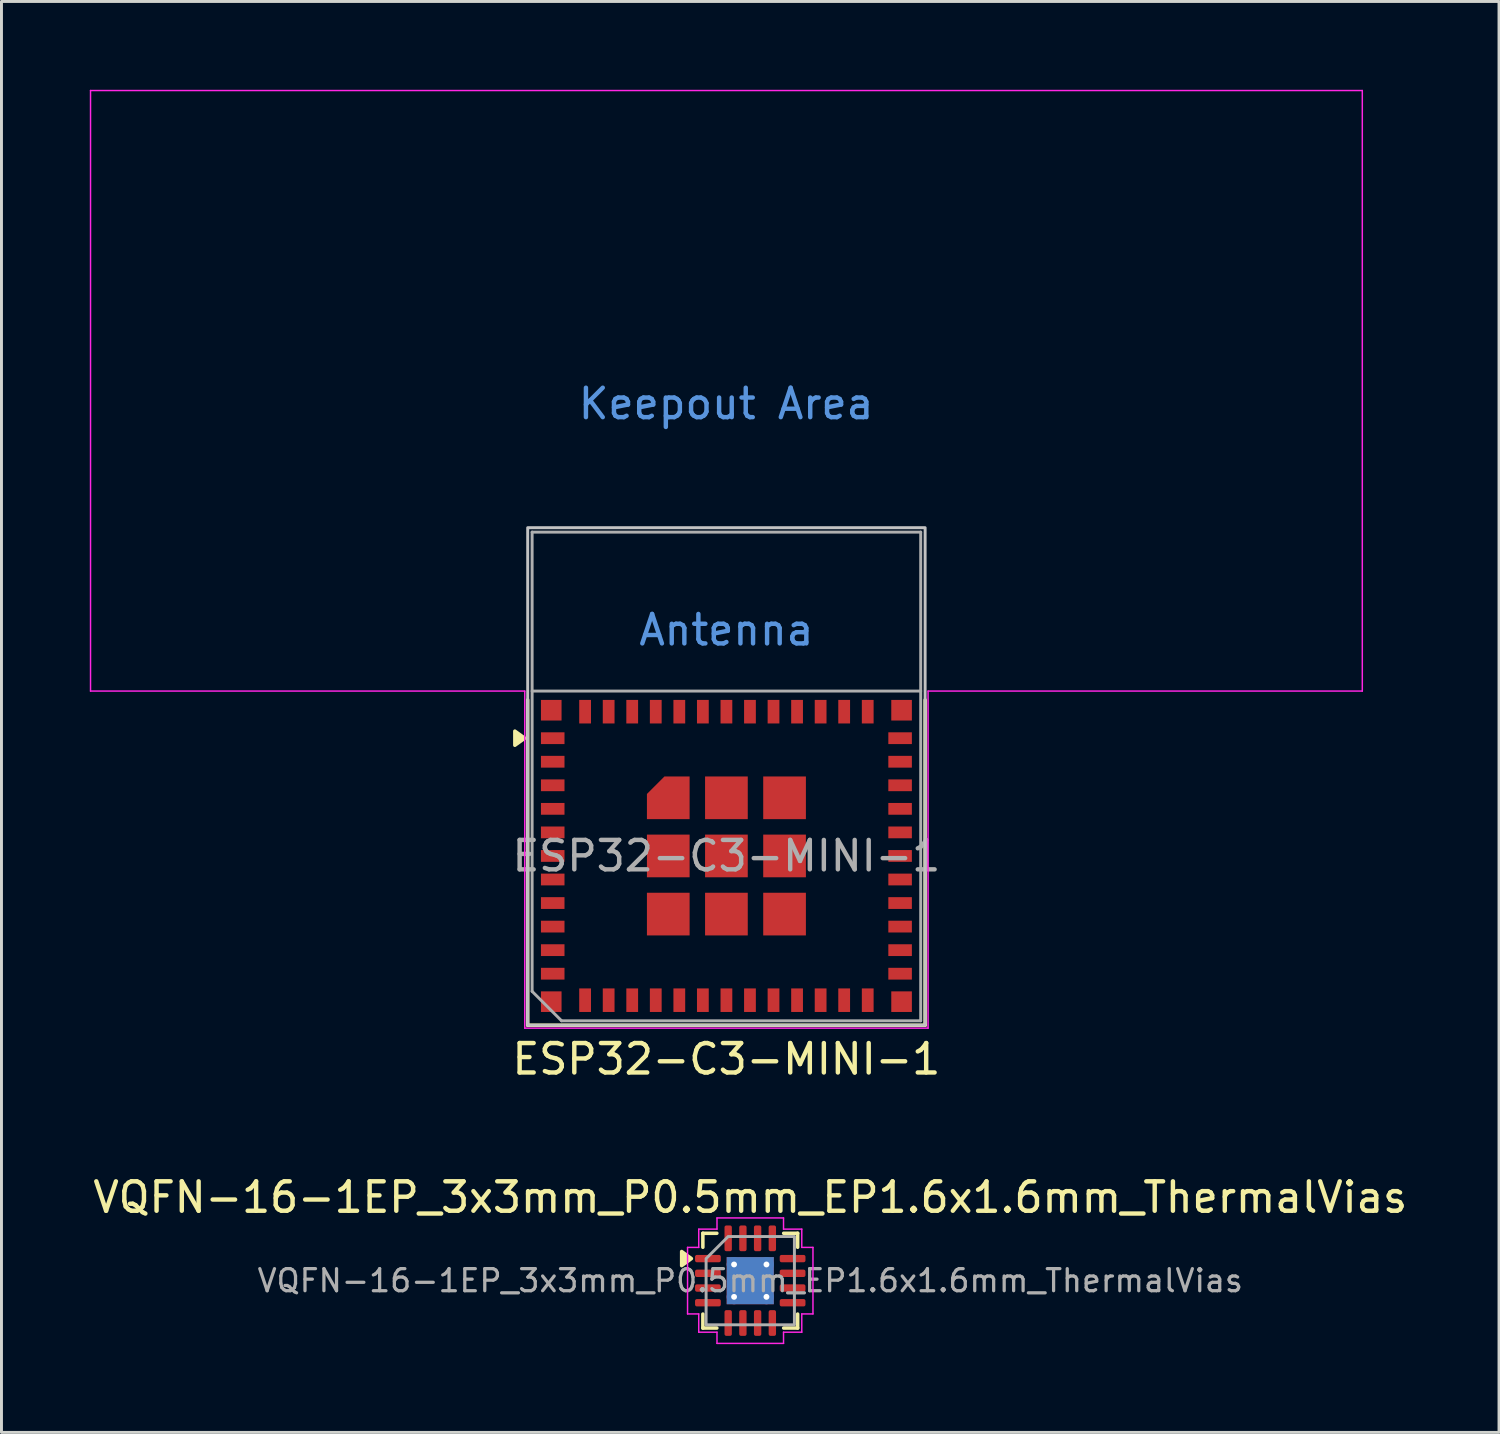
<source format=kicad_pcb>
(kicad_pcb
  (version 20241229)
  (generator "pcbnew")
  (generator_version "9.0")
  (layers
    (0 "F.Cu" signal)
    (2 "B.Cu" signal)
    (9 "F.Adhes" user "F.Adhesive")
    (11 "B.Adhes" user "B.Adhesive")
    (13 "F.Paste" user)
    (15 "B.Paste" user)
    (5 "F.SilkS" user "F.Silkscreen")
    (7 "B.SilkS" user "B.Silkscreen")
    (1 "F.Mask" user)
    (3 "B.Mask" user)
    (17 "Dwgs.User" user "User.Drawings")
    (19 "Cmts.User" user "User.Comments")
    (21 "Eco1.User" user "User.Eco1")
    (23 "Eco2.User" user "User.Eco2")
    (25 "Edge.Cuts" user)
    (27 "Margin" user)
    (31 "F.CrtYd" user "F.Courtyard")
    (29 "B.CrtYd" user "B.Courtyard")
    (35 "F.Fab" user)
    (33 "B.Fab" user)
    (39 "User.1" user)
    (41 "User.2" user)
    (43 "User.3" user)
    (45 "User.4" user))
  (footprint "VQFN-16-1EP_3x3mm_P0.5mm_EP1.6x1.6mm_ThermalVias"
    (layer "F.Cu")
    (at 22.435 40.452)
    (property "Reference" "VQFN-16-1EP_3x3mm_P0.5mm_EP1.6x1.6mm_ThermalVias" (at 0 -2.83 0) (layer "F.SilkS") (effects (font (size 1 1) (thickness 0.15))))
    (attr smd)
    (fp_line (start -1.61 -1.61) (end -1.135 -1.61) (stroke (width 0.12) (type solid)) (layer "F.SilkS"))
    (fp_line (start -1.61 -1.135) (end -1.61 -1.61) (stroke (width 0.12) (type solid)) (layer "F.SilkS"))
    (fp_line (start -1.61 1.61) (end -1.61 1.135) (stroke (width 0.12) (type solid)) (layer "F.SilkS"))
    (fp_line (start -1.135 1.61) (end -1.61 1.61) (stroke (width 0.12) (type solid)) (layer "F.SilkS"))
    (fp_line (start 1.135 -1.61) (end 1.61 -1.61) (stroke (width 0.12) (type solid)) (layer "F.SilkS"))
    (fp_line (start 1.61 -1.61) (end 1.61 -1.135) (stroke (width 0.12) (type solid)) (layer "F.SilkS"))
    (fp_line (start 1.61 1.135) (end 1.61 1.61) (stroke (width 0.12) (type solid)) (layer "F.SilkS"))
    (fp_line (start 1.61 1.61) (end 1.135 1.61) (stroke (width 0.12) (type solid)) (layer "F.SilkS"))
    (fp_poly (pts (xy -2 -0.75) (xy -2.33 -0.51) (xy -2.33 -0.99)) (stroke (width 0.12) (type solid)) (fill yes) (layer "F.SilkS"))
    (fp_line (start -2.13 -1.13) (end -1.75 -1.13) (stroke (width 0.05) (type solid)) (layer "F.CrtYd"))
    (fp_line (start -2.13 1.13) (end -2.13 -1.13) (stroke (width 0.05) (type solid)) (layer "F.CrtYd"))
    (fp_line (start -1.75 -1.75) (end -1.13 -1.75) (stroke (width 0.05) (type solid)) (layer "F.CrtYd"))
    (fp_line (start -1.75 -1.13) (end -1.75 -1.75) (stroke (width 0.05) (type solid)) (layer "F.CrtYd"))
    (fp_line (start -1.75 1.13) (end -2.13 1.13) (stroke (width 0.05) (type solid)) (layer "F.CrtYd"))
    (fp_line (start -1.75 1.75) (end -1.75 1.13) (stroke (width 0.05) (type solid)) (layer "F.CrtYd"))
    (fp_line (start -1.13 -2.13) (end 1.13 -2.13) (stroke (width 0.05) (type solid)) (layer "F.CrtYd"))
    (fp_line (start -1.13 -1.75) (end -1.13 -2.13) (stroke (width 0.05) (type solid)) (layer "F.CrtYd"))
    (fp_line (start -1.13 1.75) (end -1.75 1.75) (stroke (width 0.05) (type solid)) (layer "F.CrtYd"))
    (fp_line (start -1.13 2.13) (end -1.13 1.75) (stroke (width 0.05) (type solid)) (layer "F.CrtYd"))
    (fp_line (start 1.13 -2.13) (end 1.13 -1.75) (stroke (width 0.05) (type solid)) (layer "F.CrtYd"))
    (fp_line (start 1.13 -1.75) (end 1.75 -1.75) (stroke (width 0.05) (type solid)) (layer "F.CrtYd"))
    (fp_line (start 1.13 1.75) (end 1.13 2.13) (stroke (width 0.05) (type solid)) (layer "F.CrtYd"))
    (fp_line (start 1.13 2.13) (end -1.13 2.13) (stroke (width 0.05) (type solid)) (layer "F.CrtYd"))
    (fp_line (start 1.75 -1.75) (end 1.75 -1.13) (stroke (width 0.05) (type solid)) (layer "F.CrtYd"))
    (fp_line (start 1.75 -1.13) (end 2.13 -1.13) (stroke (width 0.05) (type solid)) (layer "F.CrtYd"))
    (fp_line (start 1.75 1.13) (end 1.75 1.75) (stroke (width 0.05) (type solid)) (layer "F.CrtYd"))
    (fp_line (start 1.75 1.75) (end 1.13 1.75) (stroke (width 0.05) (type solid)) (layer "F.CrtYd"))
    (fp_line (start 2.13 -1.13) (end 2.13 1.13) (stroke (width 0.05) (type solid)) (layer "F.CrtYd"))
    (fp_line (start 2.13 1.13) (end 1.75 1.13) (stroke (width 0.05) (type solid)) (layer "F.CrtYd"))
    (fp_poly (pts (xy -0.75 -1.5) (xy 1.5 -1.5) (xy 1.5 1.5) (xy -1.5 1.5) (xy -1.5 -0.75)) (stroke (width 0.1) (type solid)) (fill no) (layer "F.Fab"))
    (fp_text user "${REFERENCE}" (at 0 0 0) (layer "F.Fab") (effects (font (size 0.75 0.75) (thickness 0.11))))
    (pad "" smd roundrect (at -0.4 -0.4) (size 0.69 0.69) (layers "F.Paste") (roundrect_rratio 0.25))
    (pad "" smd roundrect (at -0.4 0.4) (size 0.69 0.69) (layers "F.Paste") (roundrect_rratio 0.25))
    (pad "" smd roundrect (at 0.4 -0.4) (size 0.69 0.69) (layers "F.Paste") (roundrect_rratio 0.25))
    (pad "" smd roundrect (at 0.4 0.4) (size 0.69 0.69) (layers "F.Paste") (roundrect_rratio 0.25))
    (pad "1" smd roundrect (at -1.438 -0.75) (size 0.875 0.25) (layers "F.Cu" "F.Mask" "F.Paste") (roundrect_rratio 0.25))
    (pad "2" smd roundrect (at -1.438 -0.25) (size 0.875 0.25) (layers "F.Cu" "F.Mask" "F.Paste") (roundrect_rratio 0.25))
    (pad "3" smd roundrect (at -1.438 0.25) (size 0.875 0.25) (layers "F.Cu" "F.Mask" "F.Paste") (roundrect_rratio 0.25))
    (pad "4" smd roundrect (at -1.438 0.75) (size 0.875 0.25) (layers "F.Cu" "F.Mask" "F.Paste") (roundrect_rratio 0.25))
    (pad "5" smd roundrect (at -0.75 1.438) (size 0.25 0.875) (layers "F.Cu" "F.Mask" "F.Paste") (roundrect_rratio 0.25))
    (pad "6" smd roundrect (at -0.25 1.438) (size 0.25 0.875) (layers "F.Cu" "F.Mask" "F.Paste") (roundrect_rratio 0.25))
    (pad "7" smd roundrect (at 0.25 1.438) (size 0.25 0.875) (layers "F.Cu" "F.Mask" "F.Paste") (roundrect_rratio 0.25))
    (pad "8" smd roundrect (at 0.75 1.438) (size 0.25 0.875) (layers "F.Cu" "F.Mask" "F.Paste") (roundrect_rratio 0.25))
    (pad "9" smd roundrect (at 1.438 0.75) (size 0.875 0.25) (layers "F.Cu" "F.Mask" "F.Paste") (roundrect_rratio 0.25))
    (pad "10" smd roundrect (at 1.438 0.25) (size 0.875 0.25) (layers "F.Cu" "F.Mask" "F.Paste") (roundrect_rratio 0.25))
    (pad "11" smd roundrect (at 1.438 -0.25) (size 0.875 0.25) (layers "F.Cu" "F.Mask" "F.Paste") (roundrect_rratio 0.25))
    (pad "12" smd roundrect (at 1.438 -0.75) (size 0.875 0.25) (layers "F.Cu" "F.Mask" "F.Paste") (roundrect_rratio 0.25))
    (pad "13" smd roundrect (at 0.75 -1.438) (size 0.25 0.875) (layers "F.Cu" "F.Mask" "F.Paste") (roundrect_rratio 0.25))
    (pad "14" smd roundrect (at 0.25 -1.438) (size 0.25 0.875) (layers "F.Cu" "F.Mask" "F.Paste") (roundrect_rratio 0.25))
    (pad "15" smd roundrect (at -0.25 -1.438) (size 0.25 0.875) (layers "F.Cu" "F.Mask" "F.Paste") (roundrect_rratio 0.25))
    (pad "16" smd roundrect (at -0.75 -1.438) (size 0.25 0.875) (layers "F.Cu" "F.Mask" "F.Paste") (roundrect_rratio 0.25))
    (pad "17" thru_hole circle (at -0.55 -0.55) (size 0.5 0.5) (drill 0.2) (property pad_prop_heatsink) (layers "*.Cu"))
    (pad "17" thru_hole circle (at -0.55 0.55) (size 0.5 0.5) (drill 0.2) (property pad_prop_heatsink) (layers "*.Cu"))
    (pad "17" smd rect (at 0 0) (size 1.6 1.6) (property pad_prop_heatsink) (layers "F.Cu" "F.Mask"))
    (pad "17" smd rect (at 0 0) (size 1.6 1.6) (property pad_prop_heatsink) (layers "B.Cu"))
    (pad "17" thru_hole circle (at 0.55 -0.55) (size 0.5 0.5) (drill 0.2) (property pad_prop_heatsink) (layers "*.Cu"))
    (pad "17" thru_hole circle (at 0.55 0.55) (size 0.5 0.5) (drill 0.2) (property pad_prop_heatsink) (layers "*.Cu")))
  (footprint "ESP32-C3-MINI-1"
    (layer "F.Cu")
    (at 21.625 26.025)
    (property "Reference" "ESP32-C3-MINI-1" (at 0 6.9 0) (unlocked yes) (layer "F.SilkS") (effects (font (size 1 1) (thickness 0.15))))
    (attr smd)
    (fp_line (start -6.75 5.75) (end -6.75 -5.3) (stroke (width 0.12) (type solid)) (layer "F.SilkS"))
    (fp_line (start 6.75 -5.3) (end 6.75 5.75) (stroke (width 0.12) (type solid)) (layer "F.SilkS"))
    (fp_line (start 6.75 5.75) (end -6.75 5.75) (stroke (width 0.12) (type solid)) (layer "F.SilkS"))
    (fp_poly (pts (xy -6.85 -4) (xy -7.186 -3.76) (xy -7.186 -4.24) (xy -6.85 -4)) (stroke (width 0.12) (type solid)) (fill yes) (layer "F.SilkS"))
    (fp_rect (start -6.75 -11.15) (end 6.75 5.75) (stroke (width 0.1) (type default)) (fill no) (layer "Dwgs.User"))
    (fp_line (start -21.6 -26) (end 21.6 -26) (stroke (width 0.05) (type solid)) (layer "F.CrtYd"))
    (fp_line (start -21.6 -5.6) (end -21.6 -26) (stroke (width 0.05) (type solid)) (layer "F.CrtYd"))
    (fp_line (start -6.85 -5.6) (end -21.6 -5.6) (stroke (width 0.05) (type solid)) (layer "F.CrtYd"))
    (fp_line (start -6.85 5.85) (end -6.85 -5.6) (stroke (width 0.05) (type solid)) (layer "F.CrtYd"))
    (fp_line (start 6.85 -5.6) (end 6.85 5.85) (stroke (width 0.05) (type solid)) (layer "F.CrtYd"))
    (fp_line (start 6.85 -5.6) (end 21.6 -5.6) (stroke (width 0.05) (type solid)) (layer "F.CrtYd"))
    (fp_line (start 6.85 5.85) (end -6.85 5.85) (stroke (width 0.05) (type solid)) (layer "F.CrtYd"))
    (fp_line (start 21.6 -5.6) (end 21.6 -26) (stroke (width 0.05) (type solid)) (layer "F.CrtYd"))
    (fp_line (start -6.6 -11) (end 6.6 -11) (stroke (width 0.1) (type solid)) (layer "F.Fab"))
    (fp_line (start -6.6 -5.6) (end 6.6 -5.6) (stroke (width 0.1) (type solid)) (layer "F.Fab"))
    (fp_line (start -6.6 4.6) (end -6.6 -11) (stroke (width 0.1) (type solid)) (layer "F.Fab"))
    (fp_line (start -5.6 5.6) (end -6.6 4.6) (stroke (width 0.1) (type default)) (layer "F.Fab"))
    (fp_line (start 6.6 -11) (end 6.6 5.6) (stroke (width 0.1) (type solid)) (layer "F.Fab"))
    (fp_line (start 6.6 5.6) (end -5.6 5.6) (stroke (width 0.1) (type solid)) (layer "F.Fab"))
    (fp_text user "Antenna" (at 0 -7.675 0) (layer "Cmts.User") (effects (font (size 1 1) (thickness 0.15))))
    (fp_text user "Keepout Area" (at -0.01 -15.36 0) (layer "Cmts.User") (effects (font (size 1 1) (thickness 0.15))))
    (fp_text user "${REFERENCE}" (at 0 0 0) (unlocked yes) (layer "F.Fab") (effects (font (size 1 1) (thickness 0.15))))
    (pad "1" smd rect (at -5.9 -4) (size 0.8 0.4) (layers "F.Cu" "F.Mask" "F.Paste"))
    (pad "2" smd rect (at -5.9 -3.2) (size 0.8 0.4) (layers "F.Cu" "F.Mask" "F.Paste"))
    (pad "3" smd rect (at -5.9 -2.4) (size 0.8 0.4) (layers "F.Cu" "F.Mask" "F.Paste"))
    (pad "4" smd rect (at -5.9 -1.6) (size 0.8 0.4) (layers "F.Cu" "F.Mask" "F.Paste"))
    (pad "5" smd rect (at -5.9 -0.8) (size 0.8 0.4) (layers "F.Cu" "F.Mask" "F.Paste"))
    (pad "6" smd rect (at -5.9 0) (size 0.8 0.4) (layers "F.Cu" "F.Mask" "F.Paste"))
    (pad "7" smd rect (at -5.9 0.8) (size 0.8 0.4) (layers "F.Cu" "F.Mask" "F.Paste"))
    (pad "8" smd rect (at -5.9 1.6) (size 0.8 0.4) (layers "F.Cu" "F.Mask" "F.Paste"))
    (pad "9" smd rect (at -5.9 2.4) (size 0.8 0.4) (layers "F.Cu" "F.Mask" "F.Paste"))
    (pad "10" smd rect (at -5.9 3.2) (size 0.8 0.4) (layers "F.Cu" "F.Mask" "F.Paste"))
    (pad "11" smd rect (at -5.9 4) (size 0.8 0.4) (layers "F.Cu" "F.Mask" "F.Paste"))
    (pad "12" smd rect (at -4.8 4.9 90) (size 0.8 0.4) (layers "F.Cu" "F.Mask" "F.Paste"))
    (pad "13" smd rect (at -4 4.9 90) (size 0.8 0.4) (layers "F.Cu" "F.Mask" "F.Paste"))
    (pad "14" smd rect (at -3.2 4.9 90) (size 0.8 0.4) (layers "F.Cu" "F.Mask" "F.Paste"))
    (pad "15" smd rect (at -2.4 4.9 90) (size 0.8 0.4) (layers "F.Cu" "F.Mask" "F.Paste"))
    (pad "16" smd rect (at -1.6 4.9 90) (size 0.8 0.4) (layers "F.Cu" "F.Mask" "F.Paste"))
    (pad "17" smd rect (at -0.8 4.9 90) (size 0.8 0.4) (layers "F.Cu" "F.Mask" "F.Paste"))
    (pad "18" smd rect (at 0 4.9 90) (size 0.8 0.4) (layers "F.Cu" "F.Mask" "F.Paste"))
    (pad "19" smd rect (at 0.8 4.9 90) (size 0.8 0.4) (layers "F.Cu" "F.Mask" "F.Paste"))
    (pad "20" smd rect (at 1.6 4.9 90) (size 0.8 0.4) (layers "F.Cu" "F.Mask" "F.Paste"))
    (pad "21" smd rect (at 2.4 4.9 90) (size 0.8 0.4) (layers "F.Cu" "F.Mask" "F.Paste"))
    (pad "22" smd rect (at 3.2 4.9 90) (size 0.8 0.4) (layers "F.Cu" "F.Mask" "F.Paste"))
    (pad "23" smd rect (at 4 4.9 90) (size 0.8 0.4) (layers "F.Cu" "F.Mask" "F.Paste"))
    (pad "24" smd rect (at 4.8 4.9 90) (size 0.8 0.4) (layers "F.Cu" "F.Mask" "F.Paste"))
    (pad "25" smd rect (at 5.9 4) (size 0.8 0.4) (layers "F.Cu" "F.Mask" "F.Paste"))
    (pad "26" smd rect (at 5.9 3.2) (size 0.8 0.4) (layers "F.Cu" "F.Mask" "F.Paste"))
    (pad "27" smd rect (at 5.9 2.4) (size 0.8 0.4) (layers "F.Cu" "F.Mask" "F.Paste"))
    (pad "28" smd rect (at 5.9 1.6) (size 0.8 0.4) (layers "F.Cu" "F.Mask" "F.Paste"))
    (pad "29" smd rect (at 5.9 0.8) (size 0.8 0.4) (layers "F.Cu" "F.Mask" "F.Paste"))
    (pad "30" smd rect (at 5.9 0) (size 0.8 0.4) (layers "F.Cu" "F.Mask" "F.Paste"))
    (pad "31" smd rect (at 5.9 -0.8) (size 0.8 0.4) (layers "F.Cu" "F.Mask" "F.Paste"))
    (pad "32" smd rect (at 5.9 -1.6) (size 0.8 0.4) (layers "F.Cu" "F.Mask" "F.Paste"))
    (pad "33" smd rect (at 5.9 -2.4) (size 0.8 0.4) (layers "F.Cu" "F.Mask" "F.Paste"))
    (pad "34" smd rect (at 5.9 -3.2) (size 0.8 0.4) (layers "F.Cu" "F.Mask" "F.Paste"))
    (pad "35" smd rect (at 5.9 -4) (size 0.8 0.4) (layers "F.Cu" "F.Mask" "F.Paste"))
    (pad "36" smd rect (at 4.8 -4.9 90) (size 0.8 0.4) (layers "F.Cu" "F.Mask" "F.Paste"))
    (pad "37" smd rect (at 4 -4.9 90) (size 0.8 0.4) (layers "F.Cu" "F.Mask" "F.Paste"))
    (pad "38" smd rect (at 3.2 -4.9 90) (size 0.8 0.4) (layers "F.Cu" "F.Mask" "F.Paste"))
    (pad "39" smd rect (at 2.4 -4.9 90) (size 0.8 0.4) (layers "F.Cu" "F.Mask" "F.Paste"))
    (pad "40" smd rect (at 1.6 -4.9 90) (size 0.8 0.4) (layers "F.Cu" "F.Mask" "F.Paste"))
    (pad "41" smd rect (at 0.8 -4.9 90) (size 0.8 0.4) (layers "F.Cu" "F.Mask" "F.Paste"))
    (pad "42" smd rect (at 0 -4.9 90) (size 0.8 0.4) (layers "F.Cu" "F.Mask" "F.Paste"))
    (pad "43" smd rect (at -0.8 -4.9 90) (size 0.8 0.4) (layers "F.Cu" "F.Mask" "F.Paste"))
    (pad "44" smd rect (at -1.6 -4.9 90) (size 0.8 0.4) (layers "F.Cu" "F.Mask" "F.Paste"))
    (pad "45" smd rect (at -2.4 -4.9 90) (size 0.8 0.4) (layers "F.Cu" "F.Mask" "F.Paste"))
    (pad "46" smd rect (at -3.2 -4.9 90) (size 0.8 0.4) (layers "F.Cu" "F.Mask" "F.Paste"))
    (pad "47" smd rect (at -4 -4.9 90) (size 0.8 0.4) (layers "F.Cu" "F.Mask" "F.Paste"))
    (pad "48" smd rect (at -4.8 -4.9 90) (size 0.8 0.4) (layers "F.Cu" "F.Mask" "F.Paste"))
    (pad "49" smd roundrect (at -1.975 -1.975) (size 1.45 1.45) (property pad_prop_heatsink) (layers "F.Cu" "F.Mask" "F.Paste") (roundrect_rratio 0) (chamfer_ratio 0.41) (chamfer top_left))
    (pad "49" smd rect (at -1.975 0) (size 1.45 1.45) (property pad_prop_heatsink) (layers "F.Cu" "F.Mask" "F.Paste"))
    (pad "49" smd rect (at -1.975 1.975) (size 1.45 1.45) (property pad_prop_heatsink) (layers "F.Cu" "F.Mask" "F.Paste"))
    (pad "49" smd rect (at 0 -1.975) (size 1.45 1.45) (property pad_prop_heatsink) (layers "F.Cu" "F.Mask" "F.Paste"))
    (pad "49" smd rect (at 0 0) (size 1.45 1.45) (property pad_prop_heatsink) (layers "F.Cu" "F.Mask" "F.Paste"))
    (pad "49" smd rect (at 0 1.975) (size 1.45 1.45) (property pad_prop_heatsink) (layers "F.Cu" "F.Mask" "F.Paste"))
    (pad "49" smd rect (at 1.975 -1.975) (size 1.45 1.45) (property pad_prop_heatsink) (layers "F.Cu" "F.Mask" "F.Paste"))
    (pad "49" smd rect (at 1.975 0) (size 1.45 1.45) (property pad_prop_heatsink) (layers "F.Cu" "F.Mask" "F.Paste"))
    (pad "49" smd rect (at 1.975 1.975) (size 1.45 1.45) (property pad_prop_heatsink) (layers "F.Cu" "F.Mask" "F.Paste"))
    (pad "50" smd rect (at 5.95 -4.95) (size 0.7 0.7) (layers "F.Cu" "F.Mask" "F.Paste"))
    (pad "51" smd rect (at 5.95 4.95) (size 0.7 0.7) (layers "F.Cu" "F.Mask" "F.Paste"))
    (pad "52" smd rect (at -5.95 4.95) (size 0.7 0.7) (layers "F.Cu" "F.Mask" "F.Paste"))
    (pad "53" smd rect (at -5.95 -4.95) (size 0.7 0.7) (layers "F.Cu" "F.Mask" "F.Paste"))
    (zone (net_name "") (layers "F.Cu" "B.Cu") (name "Antenna") (hatch full 0.508) (connect_pads) (min_thickness 0.254) (filled_areas_thickness no) (keepout (tracks not_allowed) (vias not_allowed) (pads not_allowed) (copperpour not_allowed) (footprints not_allowed)) (placement (enabled no)) (fill) (polygon (pts (xy 43.225 20.425) (xy 0.025 20.425) (xy 0.025 0.025) (xy 43.225 0.025)))))
  (gr_rect
    (start -3 -3)
    (end 47.869 45.606)
    (stroke (width 0.1) (type default))
    (fill no)
    (layer "Edge.Cuts")))
</source>
